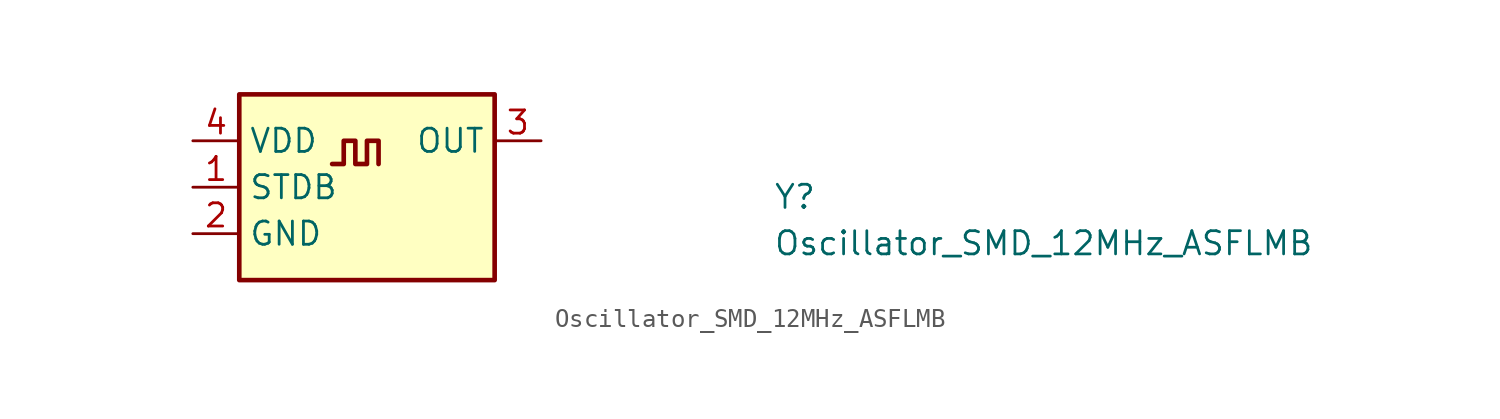
<source format=kicad_sym>
(kicad_symbol_lib
  (version 20211014)
  (generator kicad_symbol_editor)
  (symbol "Oscillator_SMD_12MHz_ASFLMB"
    (property "Reference" "Y"
      (at 31.75 -3.81 0)
      (effects (font (size 1.27 1.27) (thickness 0.15)) (justify left bottom)))
    (property "Value" "Oscillator_SMD_12MHz_ASFLMB"
      (at 31.75 -6.35 0)
      (effects (font (size 1.27 1.27) (thickness 0.15)) (justify left bottom)))
    (symbol "Oscillator_SMD_12MHz_ASFLMB_1_1"
      (polyline (pts (xy 7.62 -1.27) (xy 8.255 -1.27) (xy 8.255 0) (xy 8.89 0) (xy 8.89 -1.27) (xy 9.525 -1.27) (xy 9.525 0) (xy 10.16 0) (xy 10.16 -1.27)) (stroke (width 0.254) (type default) (color 0 0 0 0)) (fill (type background)))
      (rectangle (start 2.54 2.54) (end 16.51 -7.62) (stroke (width 0.254) (type default) (color 0 0 0 0)) (fill (type background)))
      (pin input line (at 0 -2.54 0) (length 2.54) (name "STDB" (effects (font (size 1.27 1.27)))) (number "1" (effects (font (size 1.27 1.27)))))
      (pin power_in line (at 0 -5.08 0) (length 2.54) (name "GND" (effects (font (size 1.27 1.27)))) (number "2" (effects (font (size 1.27 1.27)))))
      (pin output line (at 19.05 0 180) (length 2.54) (name "OUT" (effects (font (size 1.27 1.27)))) (number "3" (effects (font (size 1.27 1.27)))))
      (pin power_in line (at 0 0 0) (length 2.54) (name "VDD" (effects (font (size 1.27 1.27)))) (number "4" (effects (font (size 1.27 1.27))))))))
</source>
